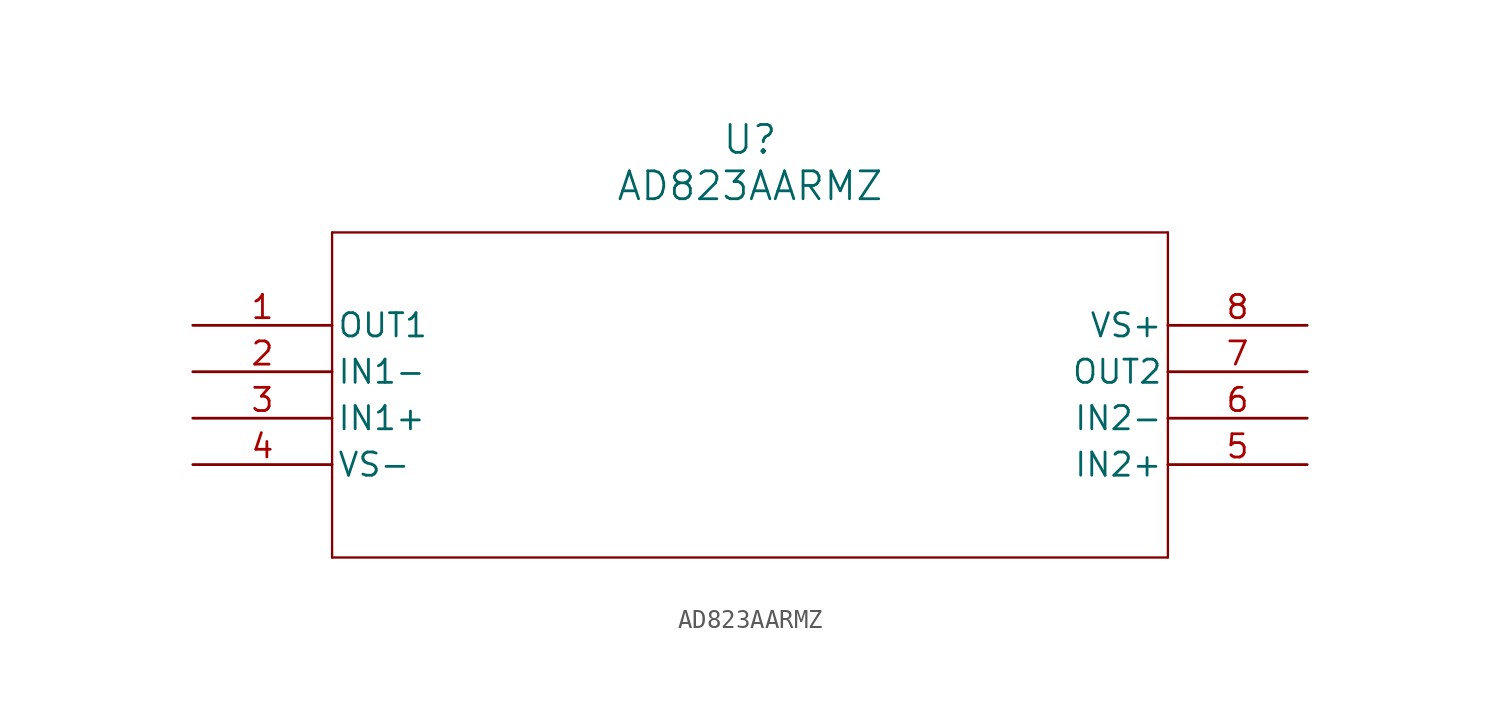
<source format=kicad_sym>
(kicad_symbol_lib
  (version 20211014)
  (generator kicad_symbol_editor)
  (symbol "AD823AARMZ"
    (pin_names
      (offset 0.254))
    (property "Reference" "U"
      (at 30.48 10.16 0)
      (effects (font (size 1.524 1.524))))
    (property "Value" "AD823AARMZ"
      (at 30.48 7.62 0)
      (effects (font (size 1.524 1.524))))
    (symbol "AD823AARMZ_0_1"
      (polyline (pts (xy 7.62 5.08) (xy 7.62 -12.7)) (stroke (width 0.127) (type default) (color 0 0 0 0)) (fill (type none)))
      (polyline (pts (xy 7.62 -12.7) (xy 53.34 -12.7)) (stroke (width 0.127) (type default) (color 0 0 0 0)) (fill (type none)))
      (polyline (pts (xy 53.34 -12.7) (xy 53.34 5.08)) (stroke (width 0.127) (type default) (color 0 0 0 0)) (fill (type none)))
      (polyline (pts (xy 53.34 5.08) (xy 7.62 5.08)) (stroke (width 0.127) (type default) (color 0 0 0 0)) (fill (type none)))
      (pin output line (at 0 0 0) (length 7.62) (name "OUT1" (effects (font (size 1.27 1.27)))) (number "1" (effects (font (size 1.27 1.27)))))
      (pin input line (at 0 -2.54 0) (length 7.62) (name "IN1-" (effects (font (size 1.27 1.27)))) (number "2" (effects (font (size 1.27 1.27)))))
      (pin input line (at 0 -5.08 0) (length 7.62) (name "IN1+" (effects (font (size 1.27 1.27)))) (number "3" (effects (font (size 1.27 1.27)))))
      (pin power_in line (at 0 -7.62 0) (length 7.62) (name "VS-" (effects (font (size 1.27 1.27)))) (number "4" (effects (font (size 1.27 1.27)))))
      (pin input line (at 60.96 -7.62 180) (length 7.62) (name "IN2+" (effects (font (size 1.27 1.27)))) (number "5" (effects (font (size 1.27 1.27)))))
      (pin input line (at 60.96 -5.08 180) (length 7.62) (name "IN2-" (effects (font (size 1.27 1.27)))) (number "6" (effects (font (size 1.27 1.27)))))
      (pin output line (at 60.96 -2.54 180) (length 7.62) (name "OUT2" (effects (font (size 1.27 1.27)))) (number "7" (effects (font (size 1.27 1.27)))))
      (pin power_in line (at 60.96 0 180) (length 7.62) (name "VS+" (effects (font (size 1.27 1.27)))) (number "8" (effects (font (size 1.27 1.27))))))))
</source>
